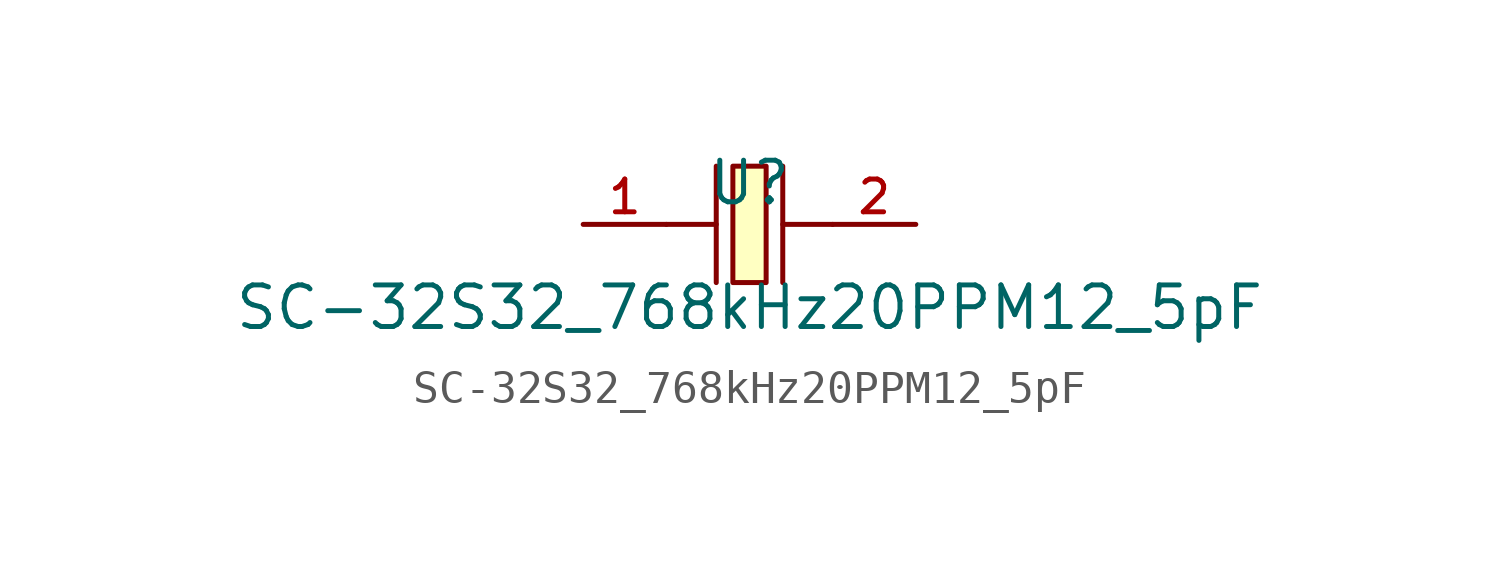
<source format=kicad_sym>
(kicad_symbol_lib
  (version 20210201)
  (generator TousstNicolas/JLC2KiCad_lib)
  (symbol "SC-32S32_768kHz20PPM12_5pF"
    (pin_names hide)
    (property "Reference" "U"
      (at 0 1.27 0)
      (effects (font (size 1.27 1.27))))
    (property "Value" "SC-32S32_768kHz20PPM12_5pF"
      (at 0 -2.54 0)
      (effects (font (size 1.27 1.27))))
    (symbol "SC-32S32_768kHz20PPM12_5pF_0_1"
      (polyline (pts (xy 1.016 -0.0) (xy 2.54 -0.0)) (stroke (width 0) (type default) (color 0 0 0 0)) (fill (type none)))
      (polyline (pts (xy -2.54 -0.0) (xy -1.016 -0.0)) (stroke (width 0) (type default) (color 0 0 0 0)) (fill (type none)))
      (polyline (pts (xy 1.016 1.778) (xy 1.016 -1.778)) (stroke (width 0) (type default) (color 0 0 0 0)) (fill (type none)))
      (pin unspecified line (at 5.08 -0.0 180) (length 2.54) (name "2" (effects (font (size 1 1)))) (number "2" (effects (font (size 1 1)))))
      (pin unspecified line (at -5.08 -0.0 0) (length 2.54) (name "1" (effects (font (size 1 1)))) (number "1" (effects (font (size 1 1)))))
      (rectangle (start -0.508 1.778) (end 0.508 -1.778) (stroke (width 0) (type default) (color 0 0 0 0)) (fill (type background)))
      (polyline (pts (xy -1.016 1.778) (xy -1.016 -1.778)) (stroke (width 0) (type default) (color 0 0 0 0)) (fill (type none))))))
</source>
